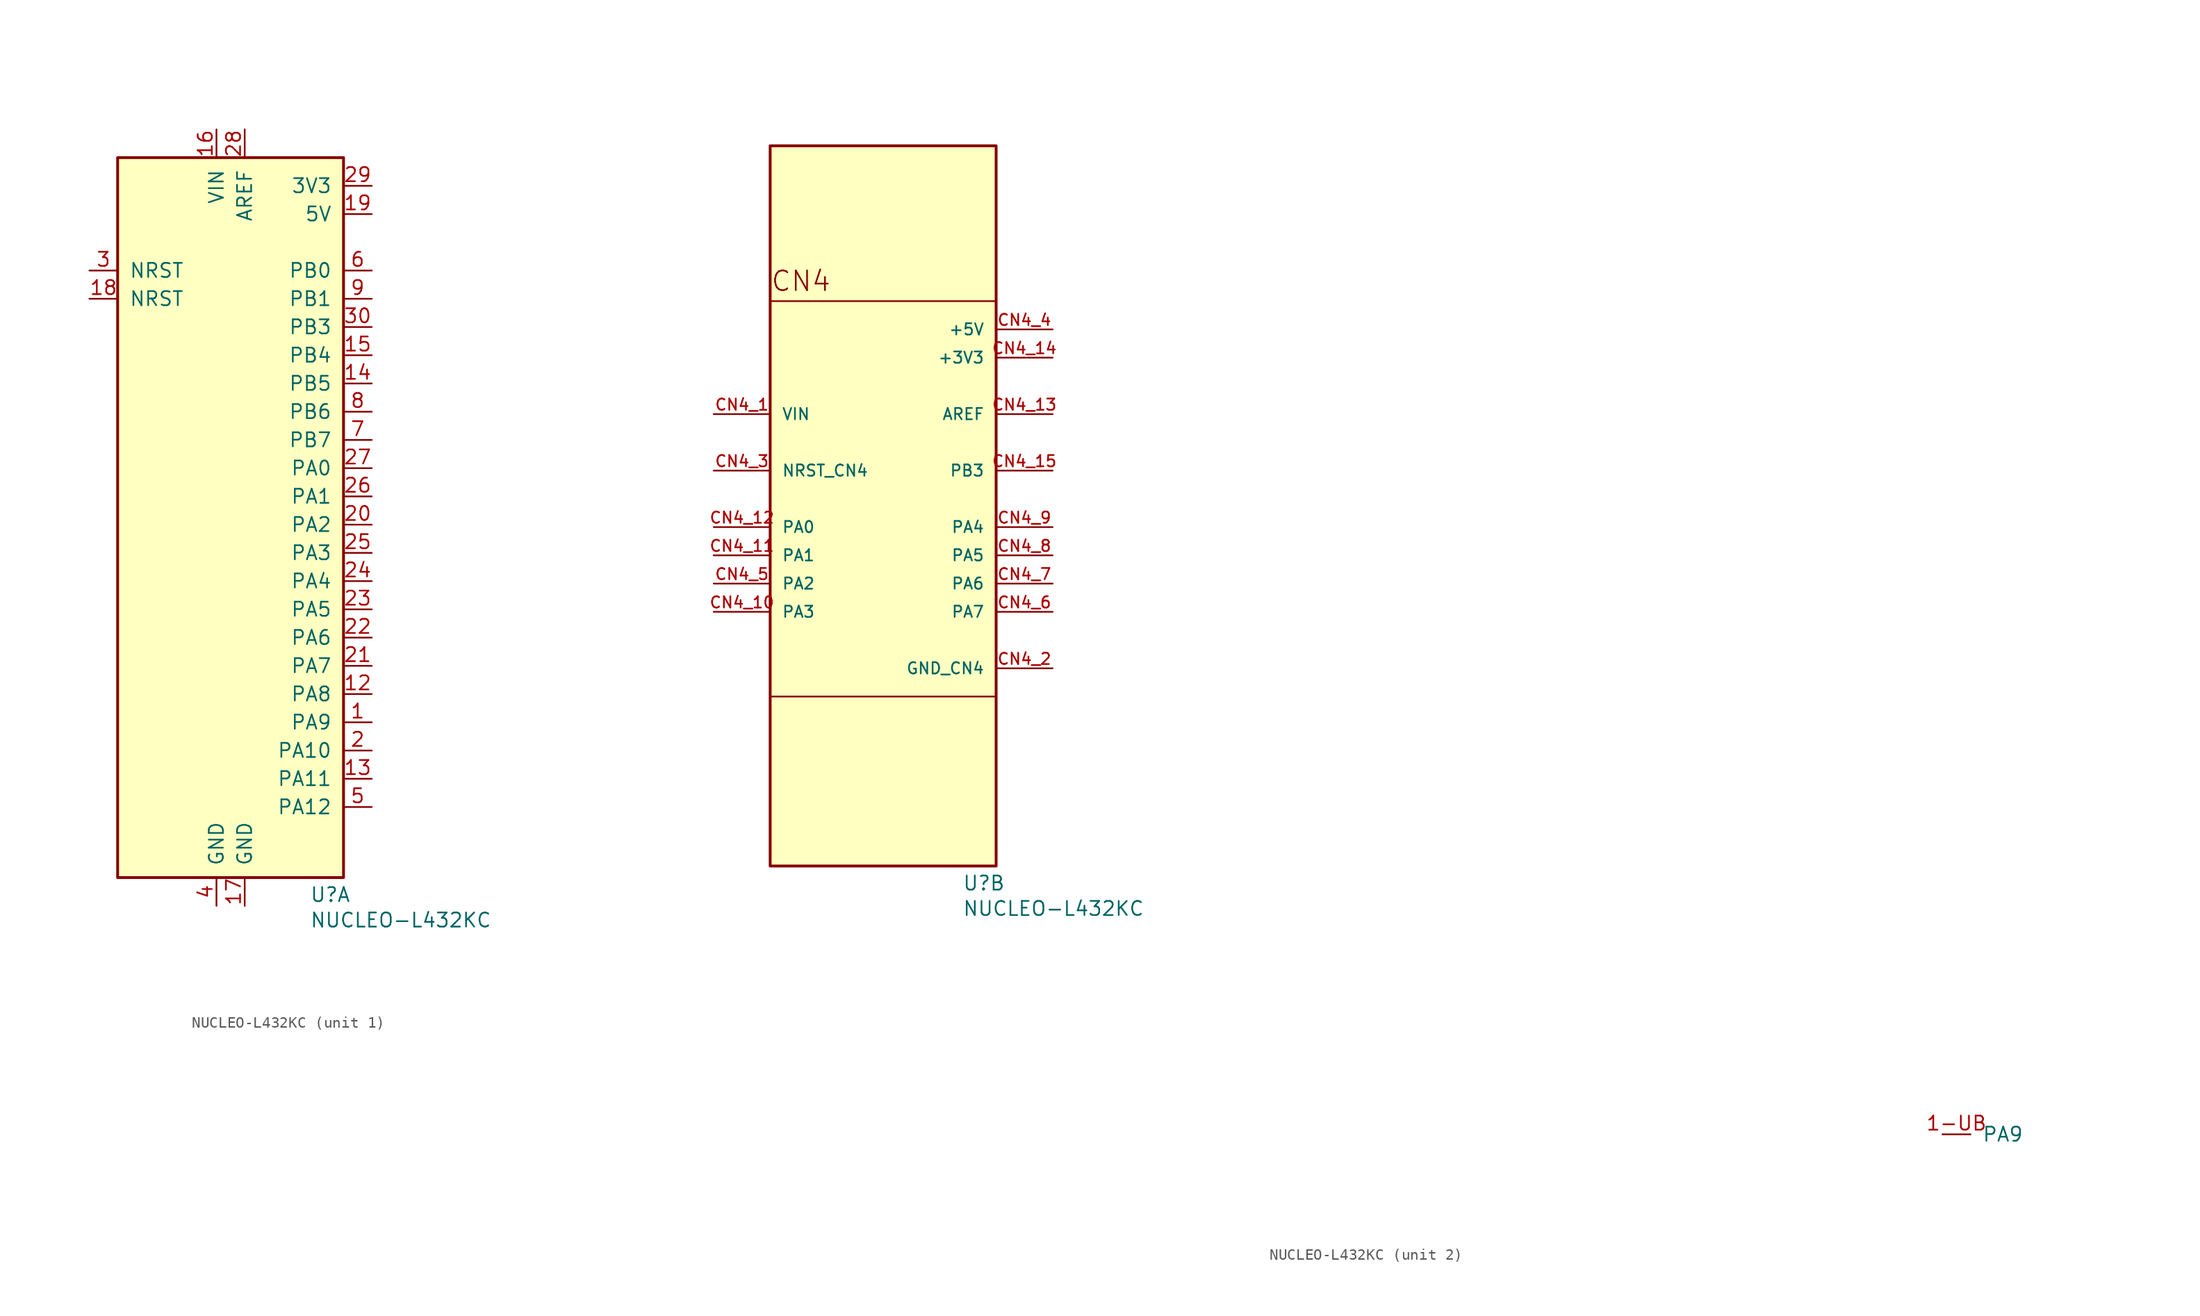
<source format=kicad_sym>
(kicad_symbol_lib
  (version 20231120)
  (generator "kicad_symbol_editor")
  (generator_version "8.0")
  (symbol "NUCLEO-L432KC"
    (pin_names
      (offset 1.016))
    (property "Reference" "U"
      (at 7.112 -35.306 0)
      (effects (font (size 1.27 1.27)) (justify left bottom)))
    (property "Value" "NUCLEO-L432KC"
      (at 7.112 -37.592 0)
      (effects (font (size 1.27 1.27)) (justify left bottom)))
    (symbol "NUCLEO-L432KC_0_1"
      (rectangle (start -10.16 31.75) (end 10.16 -33.02) (stroke (width 0.254) (type default)) (fill (type background))))
    (symbol "NUCLEO-L432KC_1_1"
      (pin bidirectional line (at 12.7 -19.05 180) (length 2.54) (name "PA9" (effects (font (size 1.27 1.27)))) (number "1" (effects (font (size 1.27 1.27)))))
      (pin bidirectional line (at -12.7 -24.13 0) (length 2.54) hide (name "NC" (effects (font (size 1.27 1.27)))) (number "10" (effects (font (size 1.27 1.27)))))
      (pin bidirectional line (at -12.7 -26.67 0) (length 2.54) hide (name "NC" (effects (font (size 1.27 1.27)))) (number "11" (effects (font (size 1.27 1.27)))))
      (pin bidirectional line (at 12.7 -16.51 180) (length 2.54) (name "PA8" (effects (font (size 1.27 1.27)))) (number "12" (effects (font (size 1.27 1.27)))))
      (pin bidirectional line (at 12.7 -24.13 180) (length 2.54) (name "PA11" (effects (font (size 1.27 1.27)))) (number "13" (effects (font (size 1.27 1.27)))))
      (pin bidirectional line (at 12.7 11.43 180) (length 2.54) (name "PB5" (effects (font (size 1.27 1.27)))) (number "14" (effects (font (size 1.27 1.27)))))
      (pin bidirectional line (at 12.7 13.97 180) (length 2.54) (name "PB4" (effects (font (size 1.27 1.27)))) (number "15" (effects (font (size 1.27 1.27)))))
      (pin bidirectional line (at -1.27 34.29 270) (length 2.54) (name "VIN" (effects (font (size 1.27 1.27)))) (number "16" (effects (font (size 1.27 1.27)))))
      (pin bidirectional line (at 1.27 -35.56 90) (length 2.54) (name "GND" (effects (font (size 1.27 1.27)))) (number "17" (effects (font (size 1.27 1.27)))))
      (pin bidirectional line (at -12.7 19.05 0) (length 2.54) (name "NRST" (effects (font (size 1.27 1.27)))) (number "18" (effects (font (size 1.27 1.27)))))
      (pin bidirectional line (at 12.7 26.67 180) (length 2.54) (name "5V" (effects (font (size 1.27 1.27)))) (number "19" (effects (font (size 1.27 1.27)))))
      (pin bidirectional line (at 12.7 -21.59 180) (length 2.54) (name "PA10" (effects (font (size 1.27 1.27)))) (number "2" (effects (font (size 1.27 1.27)))))
      (pin bidirectional line (at 12.7 -1.27 180) (length 2.54) (name "PA2" (effects (font (size 1.27 1.27)))) (number "20" (effects (font (size 1.27 1.27)))))
      (pin bidirectional line (at 12.7 -13.97 180) (length 2.54) (name "PA7" (effects (font (size 1.27 1.27)))) (number "21" (effects (font (size 1.27 1.27)))))
      (pin bidirectional line (at 12.7 -11.43 180) (length 2.54) (name "PA6" (effects (font (size 1.27 1.27)))) (number "22" (effects (font (size 1.27 1.27)))))
      (pin bidirectional line (at 12.7 -8.89 180) (length 2.54) (name "PA5" (effects (font (size 1.27 1.27)))) (number "23" (effects (font (size 1.27 1.27)))))
      (pin bidirectional line (at 12.7 -6.35 180) (length 2.54) (name "PA4" (effects (font (size 1.27 1.27)))) (number "24" (effects (font (size 1.27 1.27)))))
      (pin bidirectional line (at 12.7 -3.81 180) (length 2.54) (name "PA3" (effects (font (size 1.27 1.27)))) (number "25" (effects (font (size 1.27 1.27)))))
      (pin bidirectional line (at 12.7 1.27 180) (length 2.54) (name "PA1" (effects (font (size 1.27 1.27)))) (number "26" (effects (font (size 1.27 1.27)))))
      (pin bidirectional line (at 12.7 3.81 180) (length 2.54) (name "PA0" (effects (font (size 1.27 1.27)))) (number "27" (effects (font (size 1.27 1.27)))))
      (pin bidirectional line (at 1.27 34.29 270) (length 2.54) (name "AREF" (effects (font (size 1.27 1.27)))) (number "28" (effects (font (size 1.27 1.27)))))
      (pin bidirectional line (at 12.7 29.21 180) (length 2.54) (name "3V3" (effects (font (size 1.27 1.27)))) (number "29" (effects (font (size 1.27 1.27)))))
      (pin bidirectional line (at -12.7 21.59 0) (length 2.54) (name "NRST" (effects (font (size 1.27 1.27)))) (number "3" (effects (font (size 1.27 1.27)))))
      (pin bidirectional line (at 12.7 16.51 180) (length 2.54) (name "PB3" (effects (font (size 1.27 1.27)))) (number "30" (effects (font (size 1.27 1.27)))))
      (pin bidirectional line (at -1.27 -35.56 90) (length 2.54) (name "GND" (effects (font (size 1.27 1.27)))) (number "4" (effects (font (size 1.27 1.27)))))
      (pin bidirectional line (at 12.7 -26.67 180) (length 2.54) (name "PA12" (effects (font (size 1.27 1.27)))) (number "5" (effects (font (size 1.27 1.27)))))
      (pin bidirectional line (at 12.7 21.59 180) (length 2.54) (name "PB0" (effects (font (size 1.27 1.27)))) (number "6" (effects (font (size 1.27 1.27)))))
      (pin bidirectional line (at 12.7 6.35 180) (length 2.54) (name "PB7" (effects (font (size 1.27 1.27)))) (number "7" (effects (font (size 1.27 1.27)))))
      (pin bidirectional line (at 12.7 8.89 180) (length 2.54) (name "PB6" (effects (font (size 1.27 1.27)))) (number "8" (effects (font (size 1.27 1.27)))))
      (pin bidirectional line (at 12.7 19.05 180) (length 2.54) (name "PB1" (effects (font (size 1.27 1.27)))) (number "9" (effects (font (size 1.27 1.27))))))
    (symbol "NUCLEO-L432KC_2_0"
      (rectangle (start -10.16 -17.78) (end 10.16 17.78) (stroke (width 0.152) (type default)) (fill (type background)))
      (text "CN4" (at -10.16 18.542 0) (effects (font (size 1.778 1.778)) (justify left bottom)))
      (pin input line (at -15.24 7.62 0) (length 5.08) (name "VIN" (effects (font (size 1.016 1.016)))) (number "CN4_1" (effects (font (size 1.016 1.016)))))
      (pin bidirectional line (at -15.24 -10.16 0) (length 5.08) (name "PA3" (effects (font (size 1.016 1.016)))) (number "CN4_10" (effects (font (size 1.016 1.016)))))
      (pin bidirectional line (at -15.24 -5.08 0) (length 5.08) (name "PA1" (effects (font (size 1.016 1.016)))) (number "CN4_11" (effects (font (size 1.016 1.016)))))
      (pin bidirectional line (at -15.24 -2.54 0) (length 5.08) (name "PA0" (effects (font (size 1.016 1.016)))) (number "CN4_12" (effects (font (size 1.016 1.016)))))
      (pin bidirectional line (at 15.24 7.62 180) (length 5.08) (name "AREF" (effects (font (size 1.016 1.016)))) (number "CN4_13" (effects (font (size 1.016 1.016)))))
      (pin power_in line (at 15.24 12.7 180) (length 5.08) (name "+3V3" (effects (font (size 1.016 1.016)))) (number "CN4_14" (effects (font (size 1.016 1.016)))))
      (pin bidirectional line (at 15.24 2.54 180) (length 5.08) (name "PB3" (effects (font (size 1.016 1.016)))) (number "CN4_15" (effects (font (size 1.016 1.016)))))
      (pin power_in line (at 15.24 -15.24 180) (length 5.08) (name "GND_CN4" (effects (font (size 1.016 1.016)))) (number "CN4_2" (effects (font (size 1.016 1.016)))))
      (pin bidirectional line (at -15.24 2.54 0) (length 5.08) (name "NRST_CN4" (effects (font (size 1.016 1.016)))) (number "CN4_3" (effects (font (size 1.016 1.016)))))
      (pin power_in line (at 15.24 15.24 180) (length 5.08) (name "+5V" (effects (font (size 1.016 1.016)))) (number "CN4_4" (effects (font (size 1.016 1.016)))))
      (pin bidirectional line (at -15.24 -7.62 0) (length 5.08) (name "PA2" (effects (font (size 1.016 1.016)))) (number "CN4_5" (effects (font (size 1.016 1.016)))))
      (pin bidirectional line (at 15.24 -10.16 180) (length 5.08) (name "PA7" (effects (font (size 1.016 1.016)))) (number "CN4_6" (effects (font (size 1.016 1.016)))))
      (pin bidirectional line (at 15.24 -7.62 180) (length 5.08) (name "PA6" (effects (font (size 1.016 1.016)))) (number "CN4_7" (effects (font (size 1.016 1.016)))))
      (pin bidirectional line (at 15.24 -5.08 180) (length 5.08) (name "PA5" (effects (font (size 1.016 1.016)))) (number "CN4_8" (effects (font (size 1.016 1.016)))))
      (pin bidirectional line (at 15.24 -2.54 180) (length 5.08) (name "PA4" (effects (font (size 1.016 1.016)))) (number "CN4_9" (effects (font (size 1.016 1.016))))))
    (symbol "NUCLEO-L432KC_2_1"
      (pin bidirectional line (at 95.25 -57.15 0) (length 2.54) (name "PA9" (effects (font (size 1.27 1.27)))) (number "1-UB" (effects (font (size 1.27 1.27))))))))
</source>
